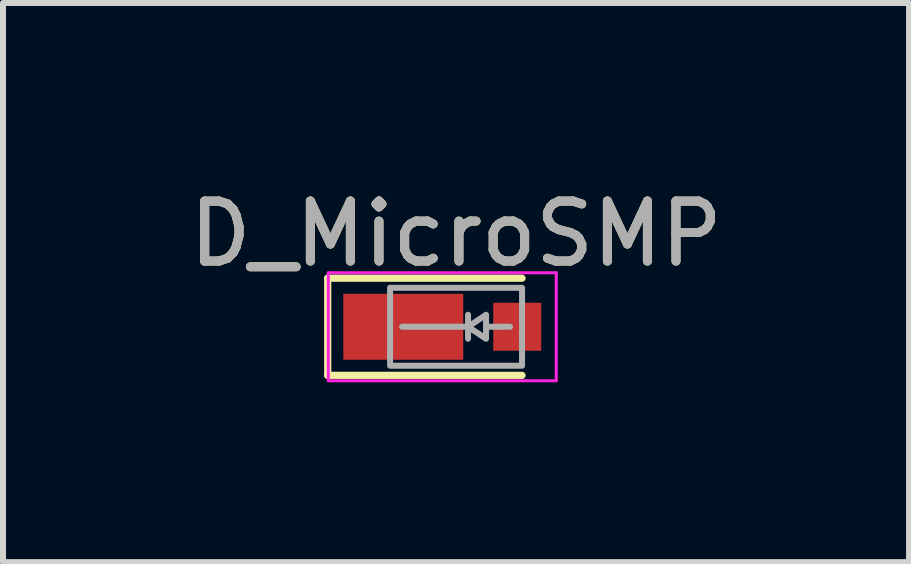
<source format=kicad_pcb>
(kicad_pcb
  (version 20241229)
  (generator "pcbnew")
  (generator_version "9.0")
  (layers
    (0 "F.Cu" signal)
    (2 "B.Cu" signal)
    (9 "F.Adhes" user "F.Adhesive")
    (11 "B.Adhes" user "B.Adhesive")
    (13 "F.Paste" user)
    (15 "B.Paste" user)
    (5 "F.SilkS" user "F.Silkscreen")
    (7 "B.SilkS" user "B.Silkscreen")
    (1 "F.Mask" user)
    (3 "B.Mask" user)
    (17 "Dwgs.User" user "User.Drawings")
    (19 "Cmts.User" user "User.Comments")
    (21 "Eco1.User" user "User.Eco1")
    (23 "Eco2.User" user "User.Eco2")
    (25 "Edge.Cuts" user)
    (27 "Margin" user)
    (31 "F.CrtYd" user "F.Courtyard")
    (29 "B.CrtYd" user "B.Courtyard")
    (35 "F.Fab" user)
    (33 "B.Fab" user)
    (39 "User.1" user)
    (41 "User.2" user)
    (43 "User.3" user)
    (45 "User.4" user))
  (footprint "D_MicroSMP"
    (layer "F.Cu")
    (at 4.554 2.398)
    (property "Reference" "D_MicroSMP" (at 0 -1.55 0) (unlocked yes) (layer "F.SilkS") (effects (font (size 1 1) (thickness 0.15))))
    (attr smd)
    (fp_line (start -2.14 -0.81) (end -2.14 0.81) (stroke (width 0.12) (type solid)) (layer "F.SilkS"))
    (fp_line (start -2.14 -0.81) (end 1.1 -0.81) (stroke (width 0.12) (type solid)) (layer "F.SilkS"))
    (fp_line (start -2.14 0.81) (end 1.1 0.81) (stroke (width 0.12) (type solid)) (layer "F.SilkS"))
    (fp_line (start -2.13 -0.9) (end -2.13 0.9) (stroke (width 0.05) (type solid)) (layer "F.CrtYd"))
    (fp_line (start -2.13 -0.9) (end 1.67 -0.9) (stroke (width 0.05) (type solid)) (layer "F.CrtYd"))
    (fp_line (start -2.13 0.9) (end 1.67 0.9) (stroke (width 0.05) (type solid)) (layer "F.CrtYd"))
    (fp_line (start 1.67 -0.9) (end 1.67 0.9) (stroke (width 0.05) (type solid)) (layer "F.CrtYd"))
    (fp_line (start 0.2 -0.2) (end 0.2 0.2) (stroke (width 0.1) (type solid)) (layer "F.Fab"))
    (fp_line (start 0.2 0) (end -0.9 0) (stroke (width 0.1) (type solid)) (layer "F.Fab"))
    (fp_line (start 0.9 0) (end 0.5 0) (stroke (width 0.1) (type solid)) (layer "F.Fab"))
    (fp_rect (start -1.1 -0.65) (end 1.1 0.65) (stroke (width 0.1) (type solid)) (fill no) (layer "F.Fab"))
    (fp_poly (pts (xy 0.5 0.2) (xy 0.2 0) (xy 0.5 -0.2)) (stroke (width 0.1) (type solid)) (fill no) (layer "F.Fab"))
    (fp_text user "${REFERENCE}" (at 0 -1.55 0) (unlocked yes) (layer "F.Fab") (effects (font (size 1 1) (thickness 0.15))))
    (pad "1" smd rect (at -0.88 0) (size 2 1.1) (layers "F.Cu" "F.Mask" "F.Paste"))
    (pad "2" smd rect (at 1.02 0) (size 0.8 0.8) (layers "F.Cu" "F.Mask" "F.Paste")))
  (gr_rect
    (start -3 -3)
    (end 12.107 6.323)
    (stroke (width 0.1) (type default))
    (fill no)
    (layer "Edge.Cuts")))
</source>
